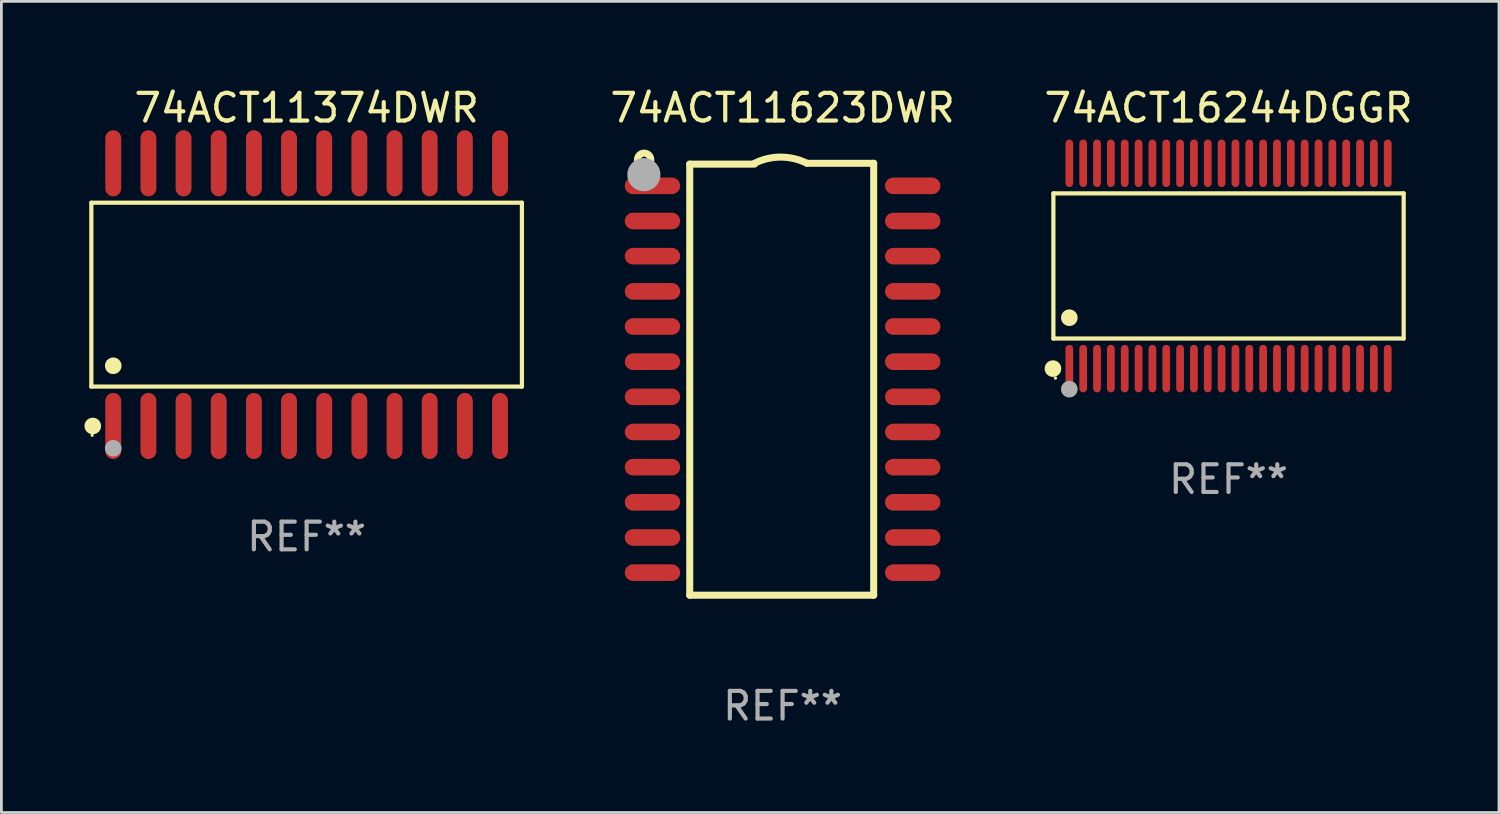
<source format=kicad_pcb>
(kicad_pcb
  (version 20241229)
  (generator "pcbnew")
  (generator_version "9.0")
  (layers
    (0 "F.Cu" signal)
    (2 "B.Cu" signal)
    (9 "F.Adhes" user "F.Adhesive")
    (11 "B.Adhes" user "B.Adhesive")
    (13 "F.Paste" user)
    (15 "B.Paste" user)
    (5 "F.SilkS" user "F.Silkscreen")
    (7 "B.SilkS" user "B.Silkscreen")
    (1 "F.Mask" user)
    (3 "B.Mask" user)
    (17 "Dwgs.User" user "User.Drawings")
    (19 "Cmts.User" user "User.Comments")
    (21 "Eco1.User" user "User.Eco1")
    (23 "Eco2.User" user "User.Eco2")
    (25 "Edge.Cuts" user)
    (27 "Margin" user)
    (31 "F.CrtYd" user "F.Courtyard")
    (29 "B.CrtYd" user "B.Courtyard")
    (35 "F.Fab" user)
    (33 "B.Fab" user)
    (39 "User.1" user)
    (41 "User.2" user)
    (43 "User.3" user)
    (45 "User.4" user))
  (footprint "74ACT16244DGGR"
    (layer "F.Cu")
    (at 41.323 6.556)
    (property "Reference" "74ACT16244DGGR" (at 0 -5.708 0) (layer "F.SilkS") (effects (font (size 1 1) (thickness 0.15))))
    (attr through_hole)
    (fp_line (start -6.326 -2.622) (end 6.326 -2.622) (stroke (width 0.152) (type solid)) (layer "F.SilkS"))
    (fp_line (start -6.326 2.621) (end -6.326 -2.622) (stroke (width 0.152) (type solid)) (layer "F.SilkS"))
    (fp_line (start 6.326 -2.622) (end 6.326 2.621) (stroke (width 0.152) (type solid)) (layer "F.SilkS"))
    (fp_line (start 6.326 2.621) (end -6.326 2.621) (stroke (width 0.152) (type solid)) (layer "F.SilkS"))
    (fp_circle (center -6.342 3.708) (end -6.192 3.708) (stroke (width 0.3) (type solid)) (fill no) (layer "F.SilkS"))
    (fp_circle (center -6.25 4.05) (end -6.22 4.05) (stroke (width 0.06) (type solid)) (fill no) (layer "F.SilkS"))
    (fp_circle (center -5.75 1.869) (end -5.6 1.869) (stroke (width 0.3) (type solid)) (fill no) (layer "F.SilkS"))
    (fp_circle (center -5.75 4.45) (end -5.6 4.45) (stroke (width 0.3) (type solid)) (fill no) (layer "F.Fab"))
    (fp_text user "REF**" (at 0 7.708 0) (layer "F.Fab") (effects (font (size 1 1) (thickness 0.15))))
    (pad "1" smd oval (at -5.75 3.708) (size 0.28 1.715) (layers "F.Cu" "F.Mask" "F.Paste"))
    (pad "2" smd oval (at -5.25 3.708) (size 0.28 1.715) (layers "F.Cu" "F.Mask" "F.Paste"))
    (pad "3" smd oval (at -4.75 3.708) (size 0.28 1.715) (layers "F.Cu" "F.Mask" "F.Paste"))
    (pad "4" smd oval (at -4.25 3.708) (size 0.28 1.715) (layers "F.Cu" "F.Mask" "F.Paste"))
    (pad "5" smd oval (at -3.75 3.708) (size 0.28 1.715) (layers "F.Cu" "F.Mask" "F.Paste"))
    (pad "6" smd oval (at -3.25 3.708) (size 0.28 1.715) (layers "F.Cu" "F.Mask" "F.Paste"))
    (pad "7" smd oval (at -2.75 3.708) (size 0.28 1.715) (layers "F.Cu" "F.Mask" "F.Paste"))
    (pad "8" smd oval (at -2.25 3.708) (size 0.28 1.715) (layers "F.Cu" "F.Mask" "F.Paste"))
    (pad "9" smd oval (at -1.75 3.708) (size 0.28 1.715) (layers "F.Cu" "F.Mask" "F.Paste"))
    (pad "10" smd oval (at -1.25 3.708) (size 0.28 1.715) (layers "F.Cu" "F.Mask" "F.Paste"))
    (pad "11" smd oval (at -0.75 3.708) (size 0.28 1.715) (layers "F.Cu" "F.Mask" "F.Paste"))
    (pad "12" smd oval (at -0.25 3.708) (size 0.28 1.715) (layers "F.Cu" "F.Mask" "F.Paste"))
    (pad "13" smd oval (at 0.25 3.708) (size 0.28 1.715) (layers "F.Cu" "F.Mask" "F.Paste"))
    (pad "14" smd oval (at 0.75 3.708) (size 0.28 1.715) (layers "F.Cu" "F.Mask" "F.Paste"))
    (pad "15" smd oval (at 1.25 3.708) (size 0.28 1.715) (layers "F.Cu" "F.Mask" "F.Paste"))
    (pad "16" smd oval (at 1.75 3.708) (size 0.28 1.715) (layers "F.Cu" "F.Mask" "F.Paste"))
    (pad "17" smd oval (at 2.25 3.708) (size 0.28 1.715) (layers "F.Cu" "F.Mask" "F.Paste"))
    (pad "18" smd oval (at 2.75 3.708) (size 0.28 1.715) (layers "F.Cu" "F.Mask" "F.Paste"))
    (pad "19" smd oval (at 3.25 3.708) (size 0.28 1.715) (layers "F.Cu" "F.Mask" "F.Paste"))
    (pad "20" smd oval (at 3.75 3.708) (size 0.28 1.715) (layers "F.Cu" "F.Mask" "F.Paste"))
    (pad "21" smd oval (at 4.25 3.708) (size 0.28 1.715) (layers "F.Cu" "F.Mask" "F.Paste"))
    (pad "22" smd oval (at 4.75 3.708) (size 0.28 1.715) (layers "F.Cu" "F.Mask" "F.Paste"))
    (pad "23" smd oval (at 5.25 3.708) (size 0.28 1.715) (layers "F.Cu" "F.Mask" "F.Paste"))
    (pad "24" smd oval (at 5.75 3.708) (size 0.28 1.715) (layers "F.Cu" "F.Mask" "F.Paste"))
    (pad "25" smd oval (at 5.75 -3.708) (size 0.28 1.715) (layers "F.Cu" "F.Mask" "F.Paste"))
    (pad "26" smd oval (at 5.25 -3.708) (size 0.28 1.715) (layers "F.Cu" "F.Mask" "F.Paste"))
    (pad "27" smd oval (at 4.75 -3.708) (size 0.28 1.715) (layers "F.Cu" "F.Mask" "F.Paste"))
    (pad "28" smd oval (at 4.25 -3.708) (size 0.28 1.715) (layers "F.Cu" "F.Mask" "F.Paste"))
    (pad "29" smd oval (at 3.75 -3.708) (size 0.28 1.715) (layers "F.Cu" "F.Mask" "F.Paste"))
    (pad "30" smd oval (at 3.25 -3.708) (size 0.28 1.715) (layers "F.Cu" "F.Mask" "F.Paste"))
    (pad "31" smd oval (at 2.75 -3.708) (size 0.28 1.715) (layers "F.Cu" "F.Mask" "F.Paste"))
    (pad "32" smd oval (at 2.25 -3.708) (size 0.28 1.715) (layers "F.Cu" "F.Mask" "F.Paste"))
    (pad "33" smd oval (at 1.75 -3.708) (size 0.28 1.715) (layers "F.Cu" "F.Mask" "F.Paste"))
    (pad "34" smd oval (at 1.25 -3.708) (size 0.28 1.715) (layers "F.Cu" "F.Mask" "F.Paste"))
    (pad "35" smd oval (at 0.75 -3.708) (size 0.28 1.715) (layers "F.Cu" "F.Mask" "F.Paste"))
    (pad "36" smd oval (at 0.25 -3.708) (size 0.28 1.715) (layers "F.Cu" "F.Mask" "F.Paste"))
    (pad "37" smd oval (at -0.25 -3.708) (size 0.28 1.715) (layers "F.Cu" "F.Mask" "F.Paste"))
    (pad "38" smd oval (at -0.75 -3.708) (size 0.28 1.715) (layers "F.Cu" "F.Mask" "F.Paste"))
    (pad "39" smd oval (at -1.25 -3.708) (size 0.28 1.715) (layers "F.Cu" "F.Mask" "F.Paste"))
    (pad "40" smd oval (at -1.75 -3.708) (size 0.28 1.715) (layers "F.Cu" "F.Mask" "F.Paste"))
    (pad "41" smd oval (at -2.25 -3.708) (size 0.28 1.715) (layers "F.Cu" "F.Mask" "F.Paste"))
    (pad "42" smd oval (at -2.75 -3.708) (size 0.28 1.715) (layers "F.Cu" "F.Mask" "F.Paste"))
    (pad "43" smd oval (at -3.25 -3.708) (size 0.28 1.715) (layers "F.Cu" "F.Mask" "F.Paste"))
    (pad "44" smd oval (at -3.75 -3.708) (size 0.28 1.715) (layers "F.Cu" "F.Mask" "F.Paste"))
    (pad "45" smd oval (at -4.25 -3.708) (size 0.28 1.715) (layers "F.Cu" "F.Mask" "F.Paste"))
    (pad "46" smd oval (at -4.75 -3.708) (size 0.28 1.715) (layers "F.Cu" "F.Mask" "F.Paste"))
    (pad "47" smd oval (at -5.25 -3.708) (size 0.28 1.715) (layers "F.Cu" "F.Mask" "F.Paste"))
    (pad "48" smd oval (at -5.75 -3.708) (size 0.28 1.715) (layers "F.Cu" "F.Mask" "F.Paste")))
  (footprint "74ACT11623DWR"
    (layer "F.Cu")
    (at 25.216 10.648)
    (property "Reference" "74ACT11623DWR" (at 0 -9.8 0) (layer "F.SilkS") (effects (font (size 1 1) (thickness 0.15))))
    (attr through_hole)
    (fp_line (start -3.353 -7.77) (end -1.016 -7.77) (stroke (width 0.254) (type solid)) (layer "F.SilkS"))
    (fp_line (start -3.353 7.8) (end -3.353 -7.77) (stroke (width 0.254) (type solid)) (layer "F.SilkS"))
    (fp_line (start 0.881 -7.8) (end 3.29 -7.8) (stroke (width 0.254) (type solid)) (layer "F.SilkS"))
    (fp_line (start 3.29 -7.8) (end 3.29 7.8) (stroke (width 0.254) (type solid)) (layer "F.SilkS"))
    (fp_line (start 3.29 7.8) (end -3.353 7.8) (stroke (width 0.254) (type solid)) (layer "F.SilkS"))
    (fp_arc (start -1.015951 -7.800025) (mid -0.067691 -8.023879) (end 0.880569 -7.800025) (stroke (width 0.254001) (type solid)) (layer "F.SilkS"))
    (fp_circle (center -5 -7.927) (end -4.886 -7.927) (stroke (width 0.254) (type solid)) (fill no) (layer "F.SilkS"))
    (fp_circle (center -5.01 -7.39) (end -4.71 -7.39) (stroke (width 0.6) (type solid)) (fill no) (layer "F.Fab"))
    (fp_text user "REF**" (at 0 11.8 0) (layer "F.Fab") (effects (font (size 1 1) (thickness 0.15))))
    (pad "1" smd oval (at -4.7 -6.985 270) (size 0.6 2) (layers "F.Cu" "F.Mask" "F.Paste"))
    (pad "2" smd oval (at -4.7 -5.715 270) (size 0.6 2) (layers "F.Cu" "F.Mask" "F.Paste"))
    (pad "3" smd oval (at -4.7 -4.445 270) (size 0.6 2) (layers "F.Cu" "F.Mask" "F.Paste"))
    (pad "4" smd oval (at -4.7 -3.175 270) (size 0.6 2) (layers "F.Cu" "F.Mask" "F.Paste"))
    (pad "5" smd oval (at -4.7 -1.905 270) (size 0.6 2) (layers "F.Cu" "F.Mask" "F.Paste"))
    (pad "6" smd oval (at -4.7 -0.635 270) (size 0.6 2) (layers "F.Cu" "F.Mask" "F.Paste"))
    (pad "7" smd oval (at -4.7 0.635 270) (size 0.6 2) (layers "F.Cu" "F.Mask" "F.Paste"))
    (pad "8" smd oval (at -4.7 1.905 270) (size 0.6 2) (layers "F.Cu" "F.Mask" "F.Paste"))
    (pad "9" smd oval (at -4.7 3.175 270) (size 0.6 2) (layers "F.Cu" "F.Mask" "F.Paste"))
    (pad "10" smd oval (at -4.7 4.445 270) (size 0.6 2) (layers "F.Cu" "F.Mask" "F.Paste"))
    (pad "11" smd oval (at -4.7 5.715 270) (size 0.6 2) (layers "F.Cu" "F.Mask" "F.Paste"))
    (pad "12" smd oval (at -4.7 6.985 270) (size 0.6 2) (layers "F.Cu" "F.Mask" "F.Paste"))
    (pad "13" smd oval (at 4.7 6.985 270) (size 0.6 2) (layers "F.Cu" "F.Mask" "F.Paste"))
    (pad "14" smd oval (at 4.7 5.715 270) (size 0.6 2) (layers "F.Cu" "F.Mask" "F.Paste"))
    (pad "15" smd oval (at 4.7 4.445 270) (size 0.6 2) (layers "F.Cu" "F.Mask" "F.Paste"))
    (pad "16" smd oval (at 4.7 3.175 270) (size 0.6 2) (layers "F.Cu" "F.Mask" "F.Paste"))
    (pad "17" smd oval (at 4.7 1.905 270) (size 0.6 2) (layers "F.Cu" "F.Mask" "F.Paste"))
    (pad "18" smd oval (at 4.7 0.635 270) (size 0.6 2) (layers "F.Cu" "F.Mask" "F.Paste"))
    (pad "19" smd oval (at 4.7 -0.635 270) (size 0.6 2) (layers "F.Cu" "F.Mask" "F.Paste"))
    (pad "20" smd oval (at 4.7 -1.905 270) (size 0.6 2) (layers "F.Cu" "F.Mask" "F.Paste"))
    (pad "21" smd oval (at 4.7 -3.175 270) (size 0.6 2) (layers "F.Cu" "F.Mask" "F.Paste"))
    (pad "22" smd oval (at 4.7 -4.445 270) (size 0.6 2) (layers "F.Cu" "F.Mask" "F.Paste"))
    (pad "23" smd oval (at 4.7 -5.715 270) (size 0.6 2) (layers "F.Cu" "F.Mask" "F.Paste"))
    (pad "24" smd oval (at 4.7 -6.985 270) (size 0.6 2) (layers "F.Cu" "F.Mask" "F.Paste")))
  (footprint "74ACT11374DWR"
    (layer "F.Cu")
    (at 8.025 7.592)
    (property "Reference" "74ACT11374DWR" (at 0 -6.744 0) (layer "F.SilkS") (effects (font (size 1 1) (thickness 0.15))))
    (attr through_hole)
    (fp_line (start -7.776 -3.321) (end 7.776 -3.321) (stroke (width 0.152) (type solid)) (layer "F.SilkS"))
    (fp_line (start -7.776 3.321) (end -7.776 -3.321) (stroke (width 0.152) (type solid)) (layer "F.SilkS"))
    (fp_line (start 7.776 -3.321) (end 7.776 3.321) (stroke (width 0.152) (type solid)) (layer "F.SilkS"))
    (fp_line (start 7.776 3.321) (end -7.776 3.321) (stroke (width 0.152) (type solid)) (layer "F.SilkS"))
    (fp_circle (center -7.747 5.08) (end -7.717 5.08) (stroke (width 0.06) (type solid)) (fill no) (layer "F.SilkS"))
    (fp_circle (center -7.724 4.744) (end -7.574 4.744) (stroke (width 0.3) (type solid)) (fill no) (layer "F.SilkS"))
    (fp_circle (center -6.985 2.569) (end -6.835 2.569) (stroke (width 0.3) (type solid)) (fill no) (layer "F.SilkS"))
    (fp_circle (center -6.985 5.55) (end -6.835 5.55) (stroke (width 0.3) (type solid)) (fill no) (layer "F.Fab"))
    (fp_text user "REF**" (at 0 8.744 0) (layer "F.Fab") (effects (font (size 1 1) (thickness 0.15))))
    (pad "1" smd oval (at -6.985 4.744) (size 0.574 2.388) (layers "F.Cu" "F.Mask" "F.Paste"))
    (pad "2" smd oval (at -5.715 4.744) (size 0.574 2.388) (layers "F.Cu" "F.Mask" "F.Paste"))
    (pad "3" smd oval (at -4.445 4.744) (size 0.574 2.388) (layers "F.Cu" "F.Mask" "F.Paste"))
    (pad "4" smd oval (at -3.175 4.744) (size 0.574 2.388) (layers "F.Cu" "F.Mask" "F.Paste"))
    (pad "5" smd oval (at -1.905 4.744) (size 0.574 2.388) (layers "F.Cu" "F.Mask" "F.Paste"))
    (pad "6" smd oval (at -0.635 4.744) (size 0.574 2.388) (layers "F.Cu" "F.Mask" "F.Paste"))
    (pad "7" smd oval (at 0.635 4.744) (size 0.574 2.388) (layers "F.Cu" "F.Mask" "F.Paste"))
    (pad "8" smd oval (at 1.905 4.744) (size 0.574 2.388) (layers "F.Cu" "F.Mask" "F.Paste"))
    (pad "9" smd oval (at 3.175 4.744) (size 0.574 2.388) (layers "F.Cu" "F.Mask" "F.Paste"))
    (pad "10" smd oval (at 4.445 4.744) (size 0.574 2.388) (layers "F.Cu" "F.Mask" "F.Paste"))
    (pad "11" smd oval (at 5.715 4.744) (size 0.574 2.388) (layers "F.Cu" "F.Mask" "F.Paste"))
    (pad "12" smd oval (at 6.985 4.744) (size 0.574 2.388) (layers "F.Cu" "F.Mask" "F.Paste"))
    (pad "13" smd oval (at 6.985 -4.744) (size 0.574 2.388) (layers "F.Cu" "F.Mask" "F.Paste"))
    (pad "14" smd oval (at 5.715 -4.744) (size 0.574 2.388) (layers "F.Cu" "F.Mask" "F.Paste"))
    (pad "15" smd oval (at 4.445 -4.744) (size 0.574 2.388) (layers "F.Cu" "F.Mask" "F.Paste"))
    (pad "16" smd oval (at 3.175 -4.744) (size 0.574 2.388) (layers "F.Cu" "F.Mask" "F.Paste"))
    (pad "17" smd oval (at 1.905 -4.744) (size 0.574 2.388) (layers "F.Cu" "F.Mask" "F.Paste"))
    (pad "18" smd oval (at 0.635 -4.744) (size 0.574 2.388) (layers "F.Cu" "F.Mask" "F.Paste"))
    (pad "19" smd oval (at -0.635 -4.744) (size 0.574 2.388) (layers "F.Cu" "F.Mask" "F.Paste"))
    (pad "20" smd oval (at -1.905 -4.744) (size 0.574 2.388) (layers "F.Cu" "F.Mask" "F.Paste"))
    (pad "21" smd oval (at -3.175 -4.744) (size 0.574 2.388) (layers "F.Cu" "F.Mask" "F.Paste"))
    (pad "22" smd oval (at -4.445 -4.744) (size 0.574 2.388) (layers "F.Cu" "F.Mask" "F.Paste"))
    (pad "23" smd oval (at -5.715 -4.744) (size 0.574 2.388) (layers "F.Cu" "F.Mask" "F.Paste"))
    (pad "24" smd oval (at -6.985 -4.744) (size 0.574 2.388) (layers "F.Cu" "F.Mask" "F.Paste")))
  (gr_rect
    (start -3 -3)
    (end 51.091 26.297)
    (stroke (width 0.1) (type default))
    (fill no)
    (layer "Edge.Cuts")))
</source>
